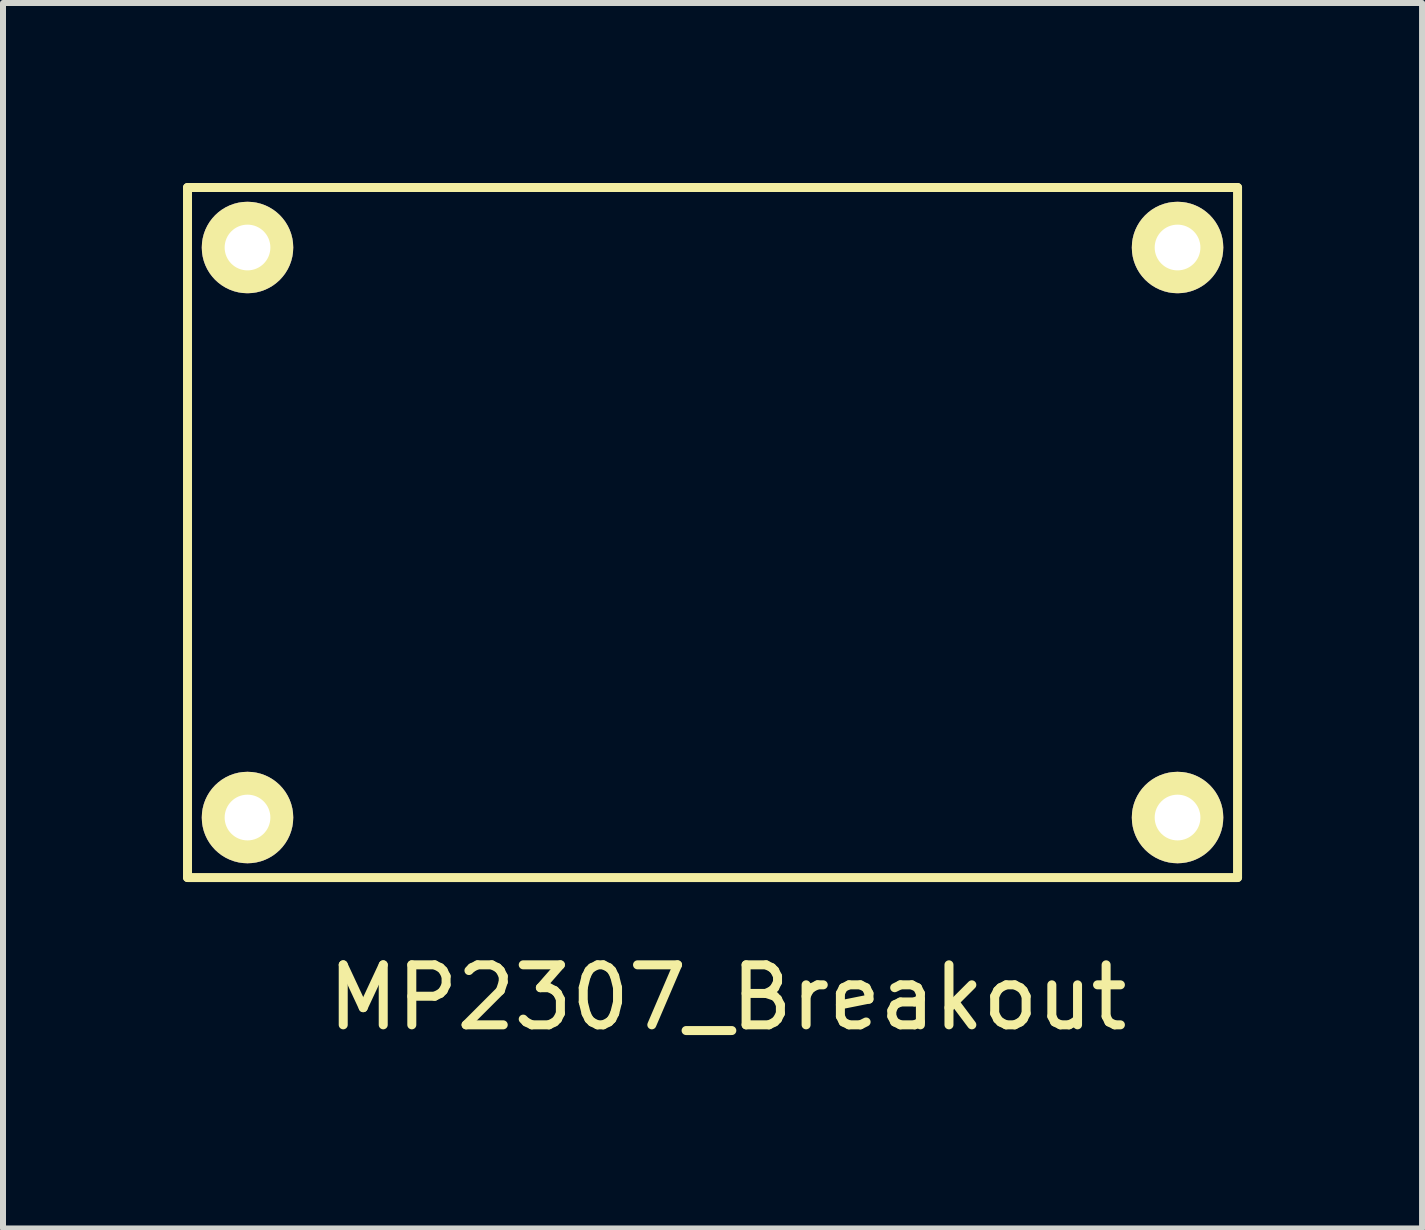
<source format=kicad_pcb>
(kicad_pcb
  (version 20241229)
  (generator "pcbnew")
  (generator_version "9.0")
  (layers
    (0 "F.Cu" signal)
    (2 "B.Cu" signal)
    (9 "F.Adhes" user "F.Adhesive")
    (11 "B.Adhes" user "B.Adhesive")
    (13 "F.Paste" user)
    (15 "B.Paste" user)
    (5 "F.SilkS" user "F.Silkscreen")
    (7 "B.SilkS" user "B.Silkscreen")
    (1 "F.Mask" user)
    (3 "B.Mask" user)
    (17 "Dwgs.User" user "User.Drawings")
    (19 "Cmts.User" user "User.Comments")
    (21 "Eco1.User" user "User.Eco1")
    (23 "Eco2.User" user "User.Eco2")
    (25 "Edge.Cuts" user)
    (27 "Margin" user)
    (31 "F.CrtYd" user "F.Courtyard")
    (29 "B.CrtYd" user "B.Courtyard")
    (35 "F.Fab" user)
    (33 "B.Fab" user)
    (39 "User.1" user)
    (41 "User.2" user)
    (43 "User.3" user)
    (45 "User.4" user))
  (footprint "MP2307_Breakout"
    (layer "F.Cu")
    (at 1.075 1.075)
    (property "Reference" "MP2307_Breakout" (at 8 12.5 0) (layer "F.SilkS") (effects (font (size 1 1) (thickness 0.15))))
    (attr through_hole)
    (fp_line (start -1 -1) (end 16.5 -1) (stroke (width 0.15) (type solid)) (layer "F.SilkS"))
    (fp_line (start -1 10.5) (end -1 -1) (stroke (width 0.15) (type solid)) (layer "F.SilkS"))
    (fp_line (start -1 10.5) (end 16.5 10.5) (stroke (width 0.15) (type solid)) (layer "F.SilkS"))
    (fp_line (start 16.5 -1) (end 16.5 10.5) (stroke (width 0.15) (type solid)) (layer "F.SilkS"))
    (pad "1" thru_hole circle (at 0 0) (size 1.524 1.524) (drill 0.762) (layers "*.Cu" "*.Mask" "F.SilkS"))
    (pad "2" thru_hole circle (at 0 9.5) (size 1.524 1.524) (drill 0.762) (layers "*.Cu" "*.Mask" "F.SilkS"))
    (pad "3" thru_hole circle (at 15.5 0) (size 1.524 1.524) (drill 0.762) (layers "*.Cu" "*.Mask" "F.SilkS"))
    (pad "4" thru_hole circle (at 15.5 9.5) (size 1.524 1.524) (drill 0.762) (layers "*.Cu" "*.Mask" "F.SilkS")))
  (gr_rect
    (start -3 -3)
    (end 20.65 17.423)
    (stroke (width 0.1) (type default))
    (fill no)
    (layer "Edge.Cuts")))
</source>
